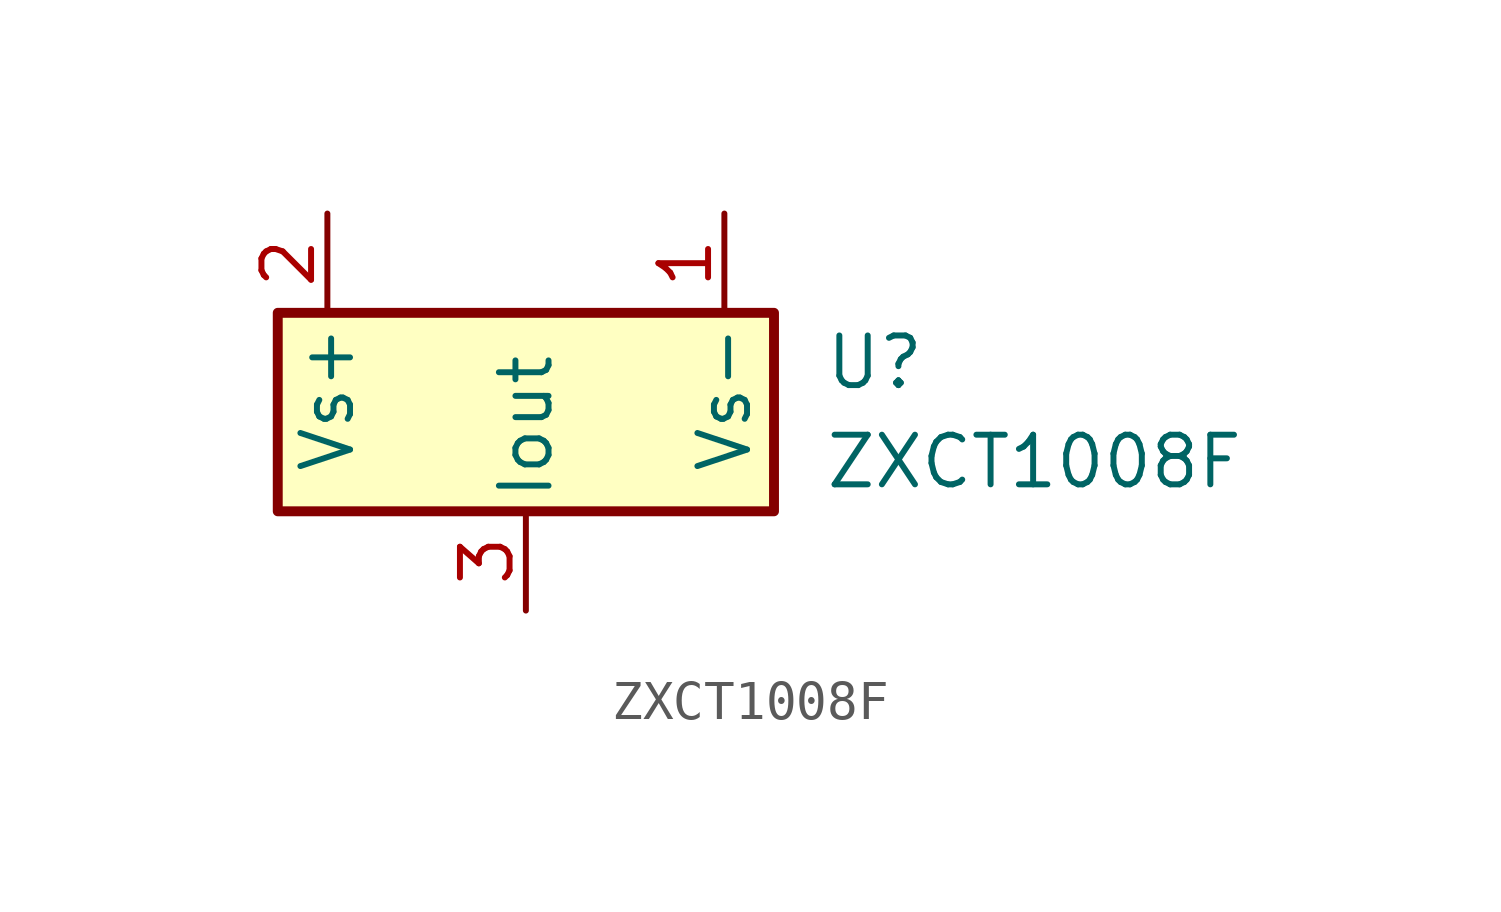
<source format=kicad_sym>
(kicad_symbol_lib
  (version 20231120)
  (generator "kicad_symbol_editor")
  (generator_version "8.0")
  (symbol "ZXCT1008F"
    (pin_names
      (offset 0.254))
    (property "Reference" "U"
      (at 7.62 1.27 0)
      (effects (font (size 1.27 1.27)) (justify left)))
    (property "Value" "ZXCT1008F"
      (at 7.62 -1.27 0)
      (effects (font (size 1.27 1.27)) (justify left)))
    (symbol "ZXCT1008F_0_1"
      (rectangle (start -6.35 2.54) (end 6.35 -2.54) (stroke (width 0.254) (type default)) (fill (type background))))
    (symbol "ZXCT1008F_1_1"
      (pin passive line (at 5.08 5.08 270) (length 2.54) (name "Vs-" (effects (font (size 1.27 1.27)))) (number "1" (effects (font (size 1.27 1.27)))))
      (pin passive line (at -5.08 5.08 270) (length 2.54) (name "Vs+" (effects (font (size 1.27 1.27)))) (number "2" (effects (font (size 1.27 1.27)))))
      (pin passive line (at 0 -5.08 90) (length 2.54) (name "Iout" (effects (font (size 1.27 1.27)))) (number "3" (effects (font (size 1.27 1.27))))))))
</source>
